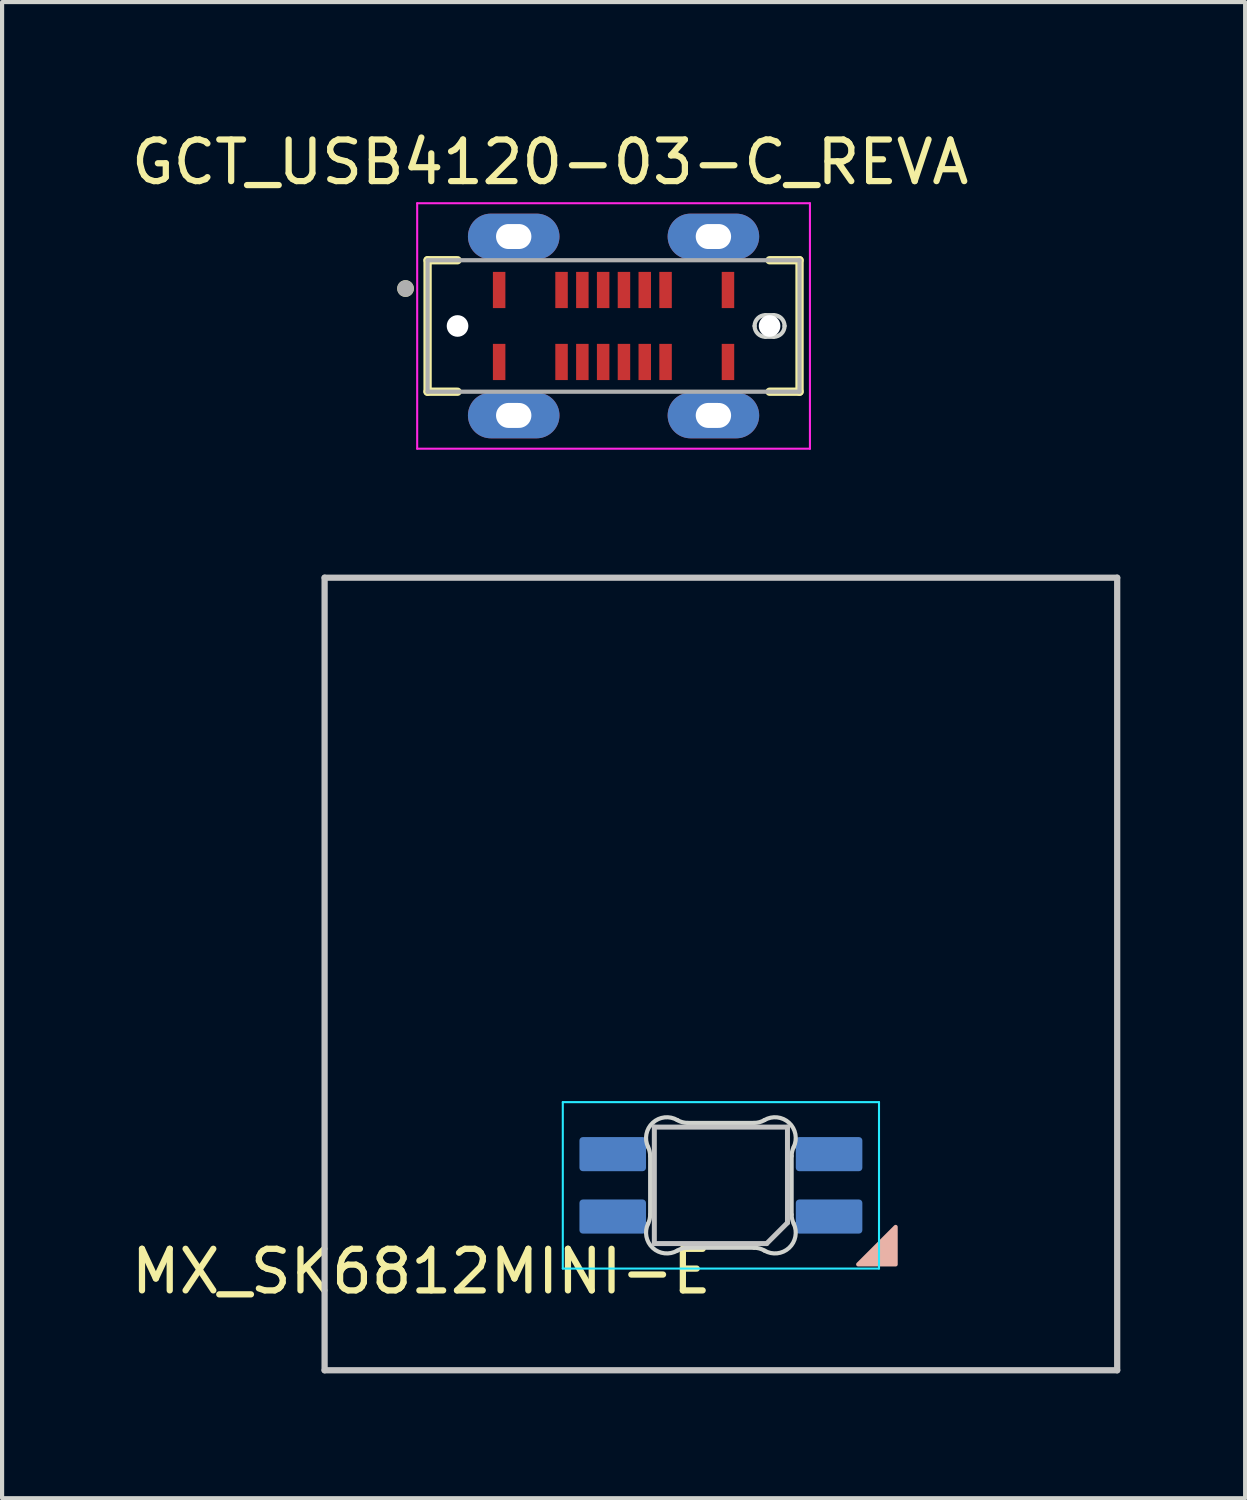
<source format=kicad_pcb>
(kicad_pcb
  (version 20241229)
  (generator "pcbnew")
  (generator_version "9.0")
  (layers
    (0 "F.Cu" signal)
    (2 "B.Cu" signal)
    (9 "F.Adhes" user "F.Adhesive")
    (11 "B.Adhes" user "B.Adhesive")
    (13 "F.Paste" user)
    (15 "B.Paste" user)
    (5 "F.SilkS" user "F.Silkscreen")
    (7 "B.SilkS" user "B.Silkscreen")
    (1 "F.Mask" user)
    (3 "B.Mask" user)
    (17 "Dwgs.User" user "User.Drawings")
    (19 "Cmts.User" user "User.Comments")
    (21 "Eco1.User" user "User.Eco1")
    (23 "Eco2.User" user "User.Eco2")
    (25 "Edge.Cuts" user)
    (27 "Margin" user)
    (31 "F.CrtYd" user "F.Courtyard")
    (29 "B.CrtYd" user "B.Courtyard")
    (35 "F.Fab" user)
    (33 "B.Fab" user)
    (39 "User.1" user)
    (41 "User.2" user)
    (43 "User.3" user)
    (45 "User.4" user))
  (footprint "GCT_USB4120-03-C_REVA"
    (layer "F.Cu")
    (at 11.697 4.785)
    (property "Reference" "GCT_USB4120-03-C_REVA" (at -1.524 -3.937 0) (layer "F.SilkS") (effects (font (size 1 1) (thickness 0.15))))
    (attr through_hole)
    (fp_line (start -4.47 -1.58) (end -4.47 1.58) (stroke (width 0.2) (type solid)) (layer "F.SilkS"))
    (fp_line (start -4.47 1.58) (end -3.75 1.58) (stroke (width 0.2) (type solid)) (layer "F.SilkS"))
    (fp_line (start -3.75 -1.58) (end -4.47 -1.58) (stroke (width 0.2) (type solid)) (layer "F.SilkS"))
    (fp_line (start 3.75 -1.58) (end 4.47 -1.58) (stroke (width 0.2) (type solid)) (layer "F.SilkS"))
    (fp_line (start 4.47 -1.58) (end 4.47 1.58) (stroke (width 0.2) (type solid)) (layer "F.SilkS"))
    (fp_line (start 4.47 1.58) (end 3.75 1.58) (stroke (width 0.2) (type solid)) (layer "F.SilkS"))
    (fp_circle (center -5 -0.9) (end -4.9 -0.9) (stroke (width 0.2) (type solid)) (fill no) (layer "F.SilkS"))
    (fp_line (start 3.65 -0.26) (end 3.85 -0.26) (stroke (width 0.1) (type solid)) (layer "Edge.Cuts"))
    (fp_line (start 3.85 0.26) (end 3.65 0.26) (stroke (width 0.1) (type solid)) (layer "Edge.Cuts"))
    (fp_arc (start 3.39 0) (mid 3.466152 -0.183848) (end 3.65 -0.26) (stroke (width 0.1) (type solid)) (layer "Edge.Cuts"))
    (fp_arc (start 3.65 0.26) (mid 3.466152 0.183848) (end 3.39 0) (stroke (width 0.1) (type solid)) (layer "Edge.Cuts"))
    (fp_arc (start 3.85 -0.26) (mid 4.033848 -0.183848) (end 4.11 0) (stroke (width 0.1) (type solid)) (layer "Edge.Cuts"))
    (fp_arc (start 4.11 0) (mid 4.033848 0.183848) (end 3.85 0.26) (stroke (width 0.1) (type solid)) (layer "Edge.Cuts"))
    (fp_line (start -4.72 -2.95) (end 4.72 -2.95) (stroke (width 0.05) (type solid)) (layer "F.CrtYd"))
    (fp_line (start -4.72 2.95) (end -4.72 -2.95) (stroke (width 0.05) (type solid)) (layer "F.CrtYd"))
    (fp_line (start 4.72 -2.95) (end 4.72 2.95) (stroke (width 0.05) (type solid)) (layer "F.CrtYd"))
    (fp_line (start 4.72 2.95) (end -4.72 2.95) (stroke (width 0.05) (type solid)) (layer "F.CrtYd"))
    (fp_line (start -4.47 -1.58) (end 4.47 -1.58) (stroke (width 0.1) (type solid)) (layer "F.Fab"))
    (fp_line (start -4.47 1.58) (end -4.47 -1.58) (stroke (width 0.1) (type solid)) (layer "F.Fab"))
    (fp_line (start 4.47 -1.58) (end 4.47 1.58) (stroke (width 0.1) (type solid)) (layer "F.Fab"))
    (fp_line (start 4.47 1.58) (end -4.47 1.58) (stroke (width 0.1) (type solid)) (layer "F.Fab"))
    (fp_circle (center -5 -0.9) (end -4.9 -0.9) (stroke (width 0.2) (type solid)) (fill no) (layer "F.Fab"))
    (pad "" np_thru_hole circle (at -3.75 0) (size 0.52 0.52) (drill 0.52) (layers "*.Cu" "*.Mask"))
    (pad "" np_thru_hole circle (at 3.75 0) (size 0.52 0.52) (drill 0.52) (layers "*.Cu" "*.Mask"))
    (pad "A1" smd rect (at -2.75 -0.865) (size 0.3 0.87) (layers "F.Cu" "F.Mask" "F.Paste"))
    (pad "A4" smd rect (at -1.25 -0.865) (size 0.3 0.87) (layers "F.Cu" "F.Mask" "F.Paste"))
    (pad "A5" smd rect (at -0.75 -0.865) (size 0.3 0.87) (layers "F.Cu" "F.Mask" "F.Paste"))
    (pad "A6" smd rect (at -0.25 -0.865) (size 0.3 0.87) (layers "F.Cu" "F.Mask" "F.Paste"))
    (pad "A7" smd rect (at 0.25 -0.865) (size 0.3 0.87) (layers "F.Cu" "F.Mask" "F.Paste"))
    (pad "A8" smd rect (at 0.75 -0.865) (size 0.3 0.87) (layers "F.Cu" "F.Mask" "F.Paste"))
    (pad "A9" smd rect (at 1.25 -0.865) (size 0.3 0.87) (layers "F.Cu" "F.Mask" "F.Paste"))
    (pad "A12" smd rect (at 2.75 -0.865) (size 0.3 0.87) (layers "F.Cu" "F.Mask" "F.Paste"))
    (pad "B1" smd rect (at 2.75 0.865) (size 0.3 0.87) (layers "F.Cu" "F.Mask" "F.Paste"))
    (pad "B4" smd rect (at 1.25 0.865) (size 0.3 0.87) (layers "F.Cu" "F.Mask" "F.Paste"))
    (pad "B5" smd rect (at 0.75 0.865) (size 0.3 0.87) (layers "F.Cu" "F.Mask" "F.Paste"))
    (pad "B6" smd rect (at 0.25 0.865) (size 0.3 0.87) (layers "F.Cu" "F.Mask" "F.Paste"))
    (pad "B7" smd rect (at -0.25 0.865) (size 0.3 0.87) (layers "F.Cu" "F.Mask" "F.Paste"))
    (pad "B8" smd rect (at -0.75 0.865) (size 0.3 0.87) (layers "F.Cu" "F.Mask" "F.Paste"))
    (pad "B9" smd rect (at -1.25 0.865) (size 0.3 0.87) (layers "F.Cu" "F.Mask" "F.Paste"))
    (pad "B12" smd rect (at -2.75 0.865) (size 0.3 0.87) (layers "F.Cu" "F.Mask" "F.Paste"))
    (pad "S1" thru_hole oval (at -2.4 -2.15) (size 2.2 1.1) (drill oval 0.85 0.6) (layers "*.Cu" "*.Mask"))
    (pad "S2" thru_hole oval (at -2.4 2.15) (size 2.2 1.1) (drill oval 0.85 0.6) (layers "*.Cu" "*.Mask"))
    (pad "S3" thru_hole oval (at 2.4 -2.15) (size 2.2 1.1) (drill oval 0.85 0.6) (layers "*.Cu" "*.Mask"))
    (pad "S4" thru_hole oval (at 2.4 2.15) (size 2.2 1.1) (drill oval 0.85 0.6) (layers "*.Cu" "*.Mask")))
  (footprint "MX_SK6812MINI-E"
    (layer "F.Cu")
    (at 14.277 20.36)
    (property "Reference" "MX_SK6812MINI-E" (at -7.2 7.15 0) (layer "F.SilkS") (effects (font (size 1 1) (thickness 0.15))))
    (attr through_hole)
    (fp_poly (pts (xy 4.2 6.08) (xy 3.3 6.98) (xy 4.2 6.98)) (stroke (width 0.1) (type solid)) (fill yes) (layer "B.SilkS"))
    (fp_line (start -9.525 -9.525) (end 9.525 -9.525) (stroke (width 0.15) (type solid)) (layer "Dwgs.User"))
    (fp_line (start -9.525 9.525) (end -9.525 -9.525) (stroke (width 0.15) (type solid)) (layer "Dwgs.User"))
    (fp_line (start -1.6 3.68) (end -1.6 6.48) (stroke (width 0.12) (type solid)) (layer "Dwgs.User"))
    (fp_line (start -1.6 6.48) (end 1.1 6.48) (stroke (width 0.12) (type solid)) (layer "Dwgs.User"))
    (fp_line (start 1.6 3.68) (end -1.6 3.68) (stroke (width 0.12) (type solid)) (layer "Dwgs.User"))
    (fp_line (start 1.6 5.98) (end 1.1 6.48) (stroke (width 0.12) (type solid)) (layer "Dwgs.User"))
    (fp_line (start 1.6 5.98) (end 1.6 3.68) (stroke (width 0.12) (type solid)) (layer "Dwgs.User"))
    (fp_line (start 9.525 -9.525) (end 9.525 9.525) (stroke (width 0.15) (type solid)) (layer "Dwgs.User"))
    (fp_line (start 9.525 9.525) (end -9.525 9.525) (stroke (width 0.15) (type solid)) (layer "Dwgs.User"))
    (fp_line (start -1.7 5.783) (end -1.7 4.377) (stroke (width 0.1) (type solid)) (layer "Edge.Cuts"))
    (fp_line (start -0.794 3.58) (end 0.794 3.58) (stroke (width 0.1) (type solid)) (layer "Edge.Cuts"))
    (fp_line (start 0.794 6.58) (end -0.794 6.58) (stroke (width 0.1) (type solid)) (layer "Edge.Cuts"))
    (fp_line (start 1.7 4.377) (end 1.7 5.783) (stroke (width 0.1) (type solid)) (layer "Edge.Cuts"))
    (fp_arc (start -1.749484 4.160279) (mid -1.712527 4.265931) (end -1.699999 4.377157) (stroke (width 0.1) (type solid)) (layer "Edge.Cuts"))
    (fp_arc (start -1.749484 4.160279) (mid -1.638071 3.575964) (end -1.046711 3.5117) (stroke (width 0.1) (type solid)) (layer "Edge.Cuts"))
    (fp_arc (start -1.699999 5.782842) (mid -1.712527 5.894067) (end -1.749484 5.999719) (stroke (width 0.1) (type solid)) (layer "Edge.Cuts"))
    (fp_arc (start -1.046711 6.648296) (mid -1.63807 6.584033) (end -1.749484 5.999719) (stroke (width 0.1) (type solid)) (layer "Edge.Cuts"))
    (fp_arc (start -1.04671 6.648298) (mid -0.925122 6.597376) (end -0.794452 6.579999) (stroke (width 0.1) (type solid)) (layer "Edge.Cuts"))
    (fp_arc (start -0.794453 3.579999) (mid -0.925123 3.562622) (end -1.046711 3.5117) (stroke (width 0.1) (type solid)) (layer "Edge.Cuts"))
    (fp_arc (start 0.794452 6.579999) (mid 0.925123 6.597376) (end 1.046711 6.648298) (stroke (width 0.1) (type solid)) (layer "Edge.Cuts"))
    (fp_arc (start 1.046711 3.511701) (mid 0.925123 3.562623) (end 0.794453 3.58) (stroke (width 0.1) (type solid)) (layer "Edge.Cuts"))
    (fp_arc (start 1.046711 3.511701) (mid 1.638071 3.575965) (end 1.749484 4.160279) (stroke (width 0.1) (type solid)) (layer "Edge.Cuts"))
    (fp_arc (start 1.699999 4.377156) (mid 1.712527 4.265931) (end 1.749484 4.160279) (stroke (width 0.1) (type solid)) (layer "Edge.Cuts"))
    (fp_arc (start 1.749484 5.999718) (mid 1.638072 6.584034) (end 1.046711 6.648298) (stroke (width 0.1) (type solid)) (layer "Edge.Cuts"))
    (fp_arc (start 1.749484 5.999719) (mid 1.712527 5.894067) (end 1.699999 5.782841) (stroke (width 0.1) (type solid)) (layer "Edge.Cuts"))
    (fp_line (start -3.8 3.08) (end -3.8 7.08) (stroke (width 0.05) (type solid)) (layer "B.CrtYd"))
    (fp_line (start -3.8 7.08) (end 3.8 7.08) (stroke (width 0.05) (type solid)) (layer "B.CrtYd"))
    (fp_line (start 3.8 3.08) (end -3.8 3.08) (stroke (width 0.05) (type solid)) (layer "B.CrtYd"))
    (fp_line (start 3.8 7.08) (end 3.8 3.08) (stroke (width 0.05) (type solid)) (layer "B.CrtYd"))
    (pad "1" smd roundrect (at -2.6 4.33 270) (size 0.82 1.6) (layers "B.Cu" "B.Mask" "B.Paste") (roundrect_rratio 0.1))
    (pad "2" smd roundrect (at -2.6 5.83 270) (size 0.82 1.6) (layers "B.Cu" "B.Mask" "B.Paste") (roundrect_rratio 0.1))
    (pad "3" smd roundrect (at 2.6 5.83 270) (size 0.82 1.6) (layers "B.Cu" "B.Mask" "B.Paste") (roundrect_rratio 0.1))
    (pad "4" smd roundrect (at 2.6 4.33 270) (size 0.82 1.6) (layers "B.Cu" "B.Mask" "B.Paste") (roundrect_rratio 0.1)))
  (gr_rect
    (start -3 -3)
    (end 26.877 32.96)
    (stroke (width 0.1) (type default))
    (fill no)
    (layer "Edge.Cuts")))
</source>
